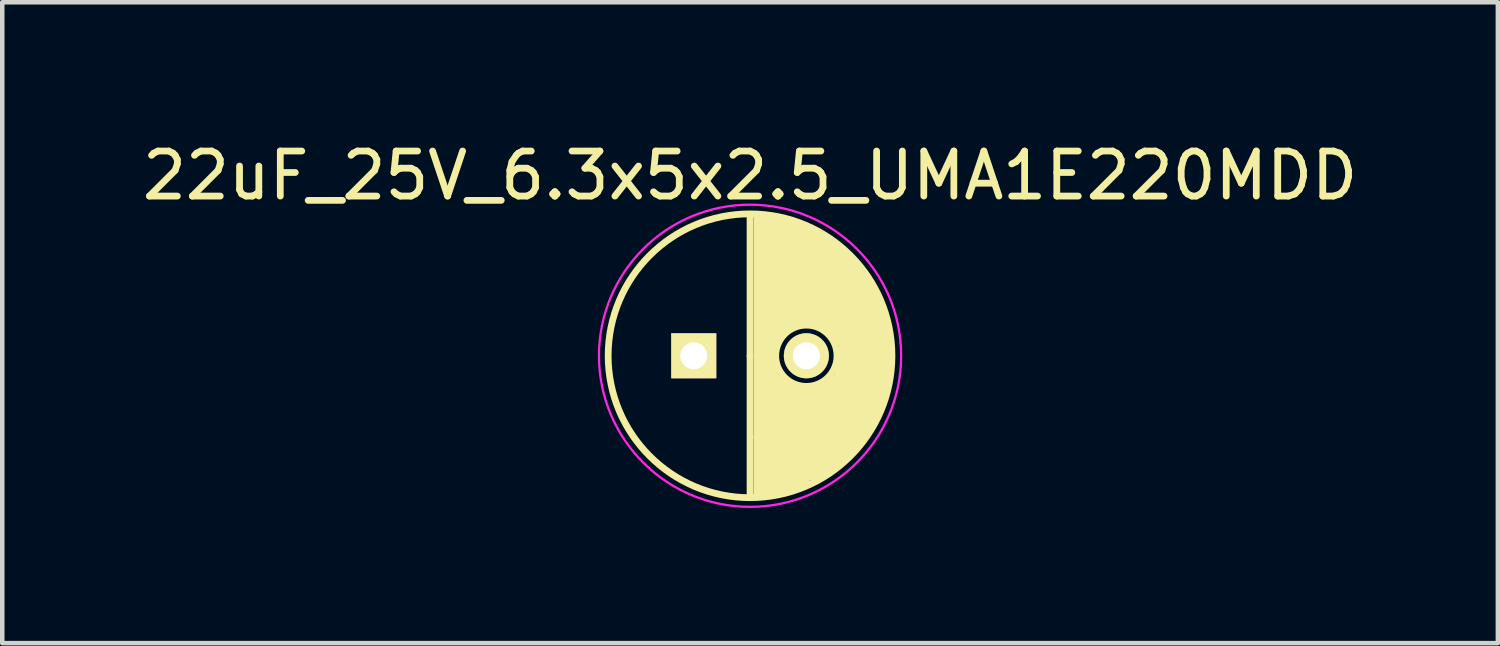
<source format=kicad_pcb>
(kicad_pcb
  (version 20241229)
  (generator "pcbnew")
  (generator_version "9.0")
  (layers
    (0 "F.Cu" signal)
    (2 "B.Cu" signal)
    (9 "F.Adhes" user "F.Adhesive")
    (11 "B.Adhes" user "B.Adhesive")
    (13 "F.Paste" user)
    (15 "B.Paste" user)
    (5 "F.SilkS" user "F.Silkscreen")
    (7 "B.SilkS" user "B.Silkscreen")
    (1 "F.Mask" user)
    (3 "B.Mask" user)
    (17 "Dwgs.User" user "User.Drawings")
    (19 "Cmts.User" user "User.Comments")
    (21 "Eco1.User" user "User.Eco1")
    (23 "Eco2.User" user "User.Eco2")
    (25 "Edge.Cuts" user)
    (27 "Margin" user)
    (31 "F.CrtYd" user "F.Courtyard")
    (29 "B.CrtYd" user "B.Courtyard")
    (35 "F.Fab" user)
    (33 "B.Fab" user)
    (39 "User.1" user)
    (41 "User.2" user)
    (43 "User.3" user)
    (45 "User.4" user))
  (footprint "22uF_25V_6.3x5x2.5_UMA1E220MDD"
    (layer "F.Cu")
    (at 13.601 4.848)
    (property "Reference" "22uF_25V_6.3x5x2.5_UMA1E220MDD" (at 0 -4 0) (layer "F.SilkS") (effects (font (size 1 1) (thickness 0.15))))
    (attr through_hole)
    (fp_line (start 0 0) (end 0 -3.1) (stroke (width 0.15) (type solid)) (layer "F.SilkS"))
    (fp_line (start 0 0) (end 0 3.1) (stroke (width 0.15) (type solid)) (layer "F.SilkS"))
    (fp_line (start 0.15 1.8) (end 0.15 -3.1) (stroke (width 0.15) (type solid)) (layer "F.SilkS"))
    (fp_line (start 0.15 3.1) (end 0.15 1.8) (stroke (width 0.15) (type solid)) (layer "F.SilkS"))
    (fp_line (start 0.25 -3.1) (end 0.25 3.1) (stroke (width 0.15) (type solid)) (layer "F.SilkS"))
    (fp_line (start 0.35 3) (end 0.35 -3) (stroke (width 0.15) (type solid)) (layer "F.SilkS"))
    (fp_line (start 0.45 -3.1) (end 0.45 3.1) (stroke (width 0.15) (type solid)) (layer "F.SilkS"))
    (fp_line (start 0.55 -3) (end 0.55 -0.2) (stroke (width 0.15) (type solid)) (layer "F.SilkS"))
    (fp_line (start 0.55 0.2) (end 0.55 3) (stroke (width 0.15) (type solid)) (layer "F.SilkS"))
    (fp_line (start 0.65 -3) (end 0.55 -3) (stroke (width 0.15) (type solid)) (layer "F.SilkS"))
    (fp_line (start 0.65 -0.4) (end 0.65 -3) (stroke (width 0.15) (type solid)) (layer "F.SilkS"))
    (fp_line (start 0.65 3) (end 0.65 0.5) (stroke (width 0.15) (type solid)) (layer "F.SilkS"))
    (fp_line (start 0.75 -3) (end 0.75 -0.6) (stroke (width 0.15) (type solid)) (layer "F.SilkS"))
    (fp_line (start 0.75 -0.6) (end 0.65 -0.4) (stroke (width 0.15) (type solid)) (layer "F.SilkS"))
    (fp_line (start 0.75 0.5) (end 0.75 3) (stroke (width 0.15) (type solid)) (layer "F.SilkS"))
    (fp_line (start 0.85 -2.9) (end 0.75 -3) (stroke (width 0.15) (type solid)) (layer "F.SilkS"))
    (fp_line (start 0.85 -0.6) (end 0.85 -2.9) (stroke (width 0.15) (type solid)) (layer "F.SilkS"))
    (fp_line (start 0.85 2.9) (end 0.85 0.6) (stroke (width 0.15) (type solid)) (layer "F.SilkS"))
    (fp_line (start 0.95 -2.9) (end 0.95 -0.7) (stroke (width 0.15) (type solid)) (layer "F.SilkS"))
    (fp_line (start 0.95 -0.7) (end 0.85 -0.6) (stroke (width 0.15) (type solid)) (layer "F.SilkS"))
    (fp_line (start 0.95 0.7) (end 0.95 2.9) (stroke (width 0.15) (type solid)) (layer "F.SilkS"))
    (fp_line (start 1.05 -2.9) (end 1.15 -2.8) (stroke (width 0.15) (type solid)) (layer "F.SilkS"))
    (fp_line (start 1.05 -2.8) (end 0.95 -2.9) (stroke (width 0.15) (type solid)) (layer "F.SilkS"))
    (fp_line (start 1.05 -0.7) (end 1.05 -2.8) (stroke (width 0.15) (type solid)) (layer "F.SilkS"))
    (fp_line (start 1.05 2.9) (end 1.05 0.7) (stroke (width 0.15) (type solid)) (layer "F.SilkS"))
    (fp_line (start 1.15 -2.8) (end 1.15 -0.7) (stroke (width 0.15) (type solid)) (layer "F.SilkS"))
    (fp_line (start 1.15 -0.7) (end 1.05 -0.7) (stroke (width 0.15) (type solid)) (layer "F.SilkS"))
    (fp_line (start 1.15 0.7) (end 1.15 2.8) (stroke (width 0.15) (type solid)) (layer "F.SilkS"))
    (fp_line (start 1.25 -2.8) (end 1.05 -2.9) (stroke (width 0.15) (type solid)) (layer "F.SilkS"))
    (fp_line (start 1.25 -0.8) (end 1.25 -2.8) (stroke (width 0.15) (type solid)) (layer "F.SilkS"))
    (fp_line (start 1.25 2.8) (end 1.25 0.8) (stroke (width 0.15) (type solid)) (layer "F.SilkS"))
    (fp_line (start 1.35 -2.8) (end 1.35 -0.7) (stroke (width 0.15) (type solid)) (layer "F.SilkS"))
    (fp_line (start 1.35 -0.7) (end 1.25 -0.8) (stroke (width 0.15) (type solid)) (layer "F.SilkS"))
    (fp_line (start 1.35 0.7) (end 1.35 2.7) (stroke (width 0.15) (type solid)) (layer "F.SilkS"))
    (fp_line (start 1.45 -2.7) (end 1.35 -2.8) (stroke (width 0.15) (type solid)) (layer "F.SilkS"))
    (fp_line (start 1.45 -0.7) (end 1.45 -2.7) (stroke (width 0.15) (type solid)) (layer "F.SilkS"))
    (fp_line (start 1.45 2.7) (end 1.45 0.7) (stroke (width 0.15) (type solid)) (layer "F.SilkS"))
    (fp_line (start 1.55 -2.7) (end 1.55 -0.7) (stroke (width 0.15) (type solid)) (layer "F.SilkS"))
    (fp_line (start 1.55 -0.7) (end 1.45 -0.7) (stroke (width 0.15) (type solid)) (layer "F.SilkS"))
    (fp_line (start 1.55 0.7) (end 1.55 2.6) (stroke (width 0.15) (type solid)) (layer "F.SilkS"))
    (fp_line (start 1.65 -2.6) (end 1.55 -2.7) (stroke (width 0.15) (type solid)) (layer "F.SilkS"))
    (fp_line (start 1.65 -2.5) (end 1.85 -2.5) (stroke (width 0.15) (type solid)) (layer "F.SilkS"))
    (fp_line (start 1.65 -0.6) (end 1.65 -2.6) (stroke (width 0.15) (type solid)) (layer "F.SilkS"))
    (fp_line (start 1.65 2.6) (end 1.65 0.6) (stroke (width 0.15) (type solid)) (layer "F.SilkS"))
    (fp_line (start 1.75 -2.5) (end 1.75 -0.6) (stroke (width 0.15) (type solid)) (layer "F.SilkS"))
    (fp_line (start 1.75 0.6) (end 1.75 2.5) (stroke (width 0.15) (type solid)) (layer "F.SilkS"))
    (fp_line (start 1.85 -0.4) (end 1.85 -2.4) (stroke (width 0.15) (type solid)) (layer "F.SilkS"))
    (fp_line (start 1.85 2.4) (end 1.85 0.5) (stroke (width 0.15) (type solid)) (layer "F.SilkS"))
    (fp_line (start 1.95 -2.4) (end 1.95 -0.3) (stroke (width 0.15) (type solid)) (layer "F.SilkS"))
    (fp_line (start 1.95 0.2) (end 1.95 0.4) (stroke (width 0.15) (type solid)) (layer "F.SilkS"))
    (fp_line (start 1.95 0.4) (end 1.95 2.4) (stroke (width 0.15) (type solid)) (layer "F.SilkS"))
    (fp_line (start 2.05 -2.3) (end 2.15 -2.2) (stroke (width 0.15) (type solid)) (layer "F.SilkS"))
    (fp_line (start 2.05 0) (end 2.05 -2.3) (stroke (width 0.15) (type solid)) (layer "F.SilkS"))
    (fp_line (start 2.05 2.3) (end 2.05 0) (stroke (width 0.15) (type solid)) (layer "F.SilkS"))
    (fp_line (start 2.15 -2.1) (end 2.15 2.2) (stroke (width 0.15) (type solid)) (layer "F.SilkS"))
    (fp_line (start 2.15 2.2) (end 2.25 2.1) (stroke (width 0.15) (type solid)) (layer "F.SilkS"))
    (fp_line (start 2.25 -2.1) (end 2.35 -1.9) (stroke (width 0.15) (type solid)) (layer "F.SilkS"))
    (fp_line (start 2.25 2.1) (end 2.25 -2.1) (stroke (width 0.15) (type solid)) (layer "F.SilkS"))
    (fp_line (start 2.35 -1.9) (end 2.35 2) (stroke (width 0.15) (type solid)) (layer "F.SilkS"))
    (fp_line (start 2.35 2) (end 2.45 1.8) (stroke (width 0.15) (type solid)) (layer "F.SilkS"))
    (fp_line (start 2.45 -1.9) (end 2.55 -1.7) (stroke (width 0.15) (type solid)) (layer "F.SilkS"))
    (fp_line (start 2.45 1.8) (end 2.45 -1.9) (stroke (width 0.15) (type solid)) (layer "F.SilkS"))
    (fp_line (start 2.55 -1.7) (end 2.55 1.7) (stroke (width 0.15) (type solid)) (layer "F.SilkS"))
    (fp_line (start 2.55 -1.7) (end 2.65 -1.5) (stroke (width 0.15) (type solid)) (layer "F.SilkS"))
    (fp_line (start 2.55 1.7) (end 2.65 1.5) (stroke (width 0.15) (type solid)) (layer "F.SilkS"))
    (fp_line (start 2.65 -1.5) (end 2.75 -1.3) (stroke (width 0.15) (type solid)) (layer "F.SilkS"))
    (fp_line (start 2.65 1.5) (end 2.65 -1.5) (stroke (width 0.15) (type solid)) (layer "F.SilkS"))
    (fp_line (start 2.75 -1.3) (end 2.75 1.4) (stroke (width 0.15) (type solid)) (layer "F.SilkS"))
    (fp_line (start 2.75 1.4) (end 2.85 1.1) (stroke (width 0.15) (type solid)) (layer "F.SilkS"))
    (fp_line (start 2.85 -1.2) (end 2.95 -0.7) (stroke (width 0.15) (type solid)) (layer "F.SilkS"))
    (fp_line (start 2.85 1.1) (end 2.85 -1.2) (stroke (width 0.15) (type solid)) (layer "F.SilkS"))
    (fp_line (start 2.95 -0.7) (end 2.95 0.9) (stroke (width 0.15) (type solid)) (layer "F.SilkS"))
    (fp_line (start 2.95 0.9) (end 3.05 0.3) (stroke (width 0.15) (type solid)) (layer "F.SilkS"))
    (fp_line (start 3.05 0.3) (end 3.05 -0.5) (stroke (width 0.15) (type solid)) (layer "F.SilkS"))
    (fp_circle (center 0 0) (end 0 3.15) (stroke (width 0.15) (type solid)) (fill no) (layer "F.SilkS"))
    (fp_circle (center 1.25 0) (end 1.65 0.55) (stroke (width 0.15) (type solid)) (fill no) (layer "F.SilkS"))
    (fp_circle (center 0 0) (end 0.6 3.3) (stroke (width 0.05) (type solid)) (fill no) (layer "F.CrtYd"))
    (pad "1" thru_hole rect (at -1.25 0) (size 1 1) (drill 0.6) (layers "*.Cu" "*.Mask" "F.SilkS"))
    (pad "2" thru_hole circle (at 1.25 0) (size 1 1) (drill 0.6) (layers "*.Cu" "*.Mask" "F.SilkS")))
  (gr_rect
    (start -3 -3)
    (end 30.202 11.227)
    (stroke (width 0.1) (type default))
    (fill no)
    (layer "Edge.Cuts")))
</source>
